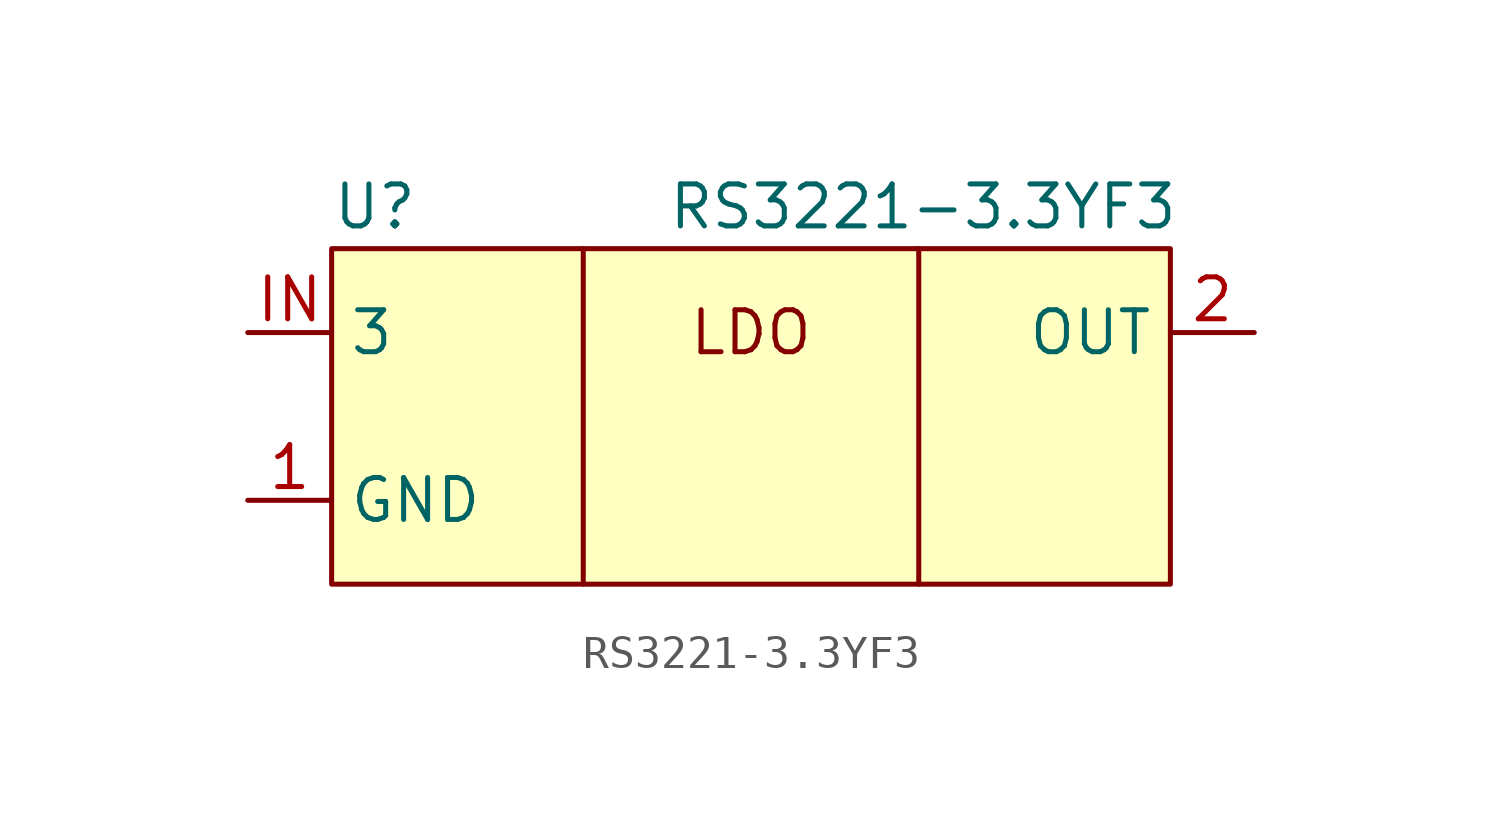
<source format=kicad_sym>
(kicad_symbol_lib
  (version 20231120)
  (generator "kicad_symbol_editor")
  (generator_version "8.0")
  (symbol "RS3221-3.3YF3"
    (property "Reference" "U"
      (at 0 1.27 0)
      (do_not_autoplace)
      (effects (font (size 1.27 1.27)) (justify left)))
    (property "Value" "RS3221-3.3YF3"
      (at 10.16 1.27 0)
      (do_not_autoplace)
      (effects (font (size 1.27 1.27)) (justify left)))
    (symbol "RS3221-3.3YF3_0_1"
      (polyline (pts (xy 7.62 0) (xy 7.62 -10.16)) (stroke (width 0) (type default)) (fill (type none)))
      (polyline (pts (xy 17.78 0) (xy 17.78 -10.16)) (stroke (width 0) (type default)) (fill (type none))))
    (symbol "RS3221-3.3YF3_1_1"
      (rectangle (start 0 0) (end 25.4 -10.16) (stroke (width 0) (type default)) (fill (type background)))
      (text "LDO" (at 12.7 -2.54 0) (effects (font (size 1.27 1.27))))
      (pin unspecified line (at -2.54 -7.62 0) (length 2.54) (name "GND" (effects (font (size 1.27 1.27)))) (number "1" (effects (font (size 1.27 1.27)))))
      (pin unspecified line (at 27.94 -2.54 180) (length 2.54) (name "OUT" (effects (font (size 1.27 1.27)))) (number "2" (effects (font (size 1.27 1.27)))))
      (pin unspecified line (at -2.54 -2.54 0) (length 2.54) (name "3" (effects (font (size 1.27 1.27)))) (number "IN" (effects (font (size 1.27 1.27))))))))
</source>
